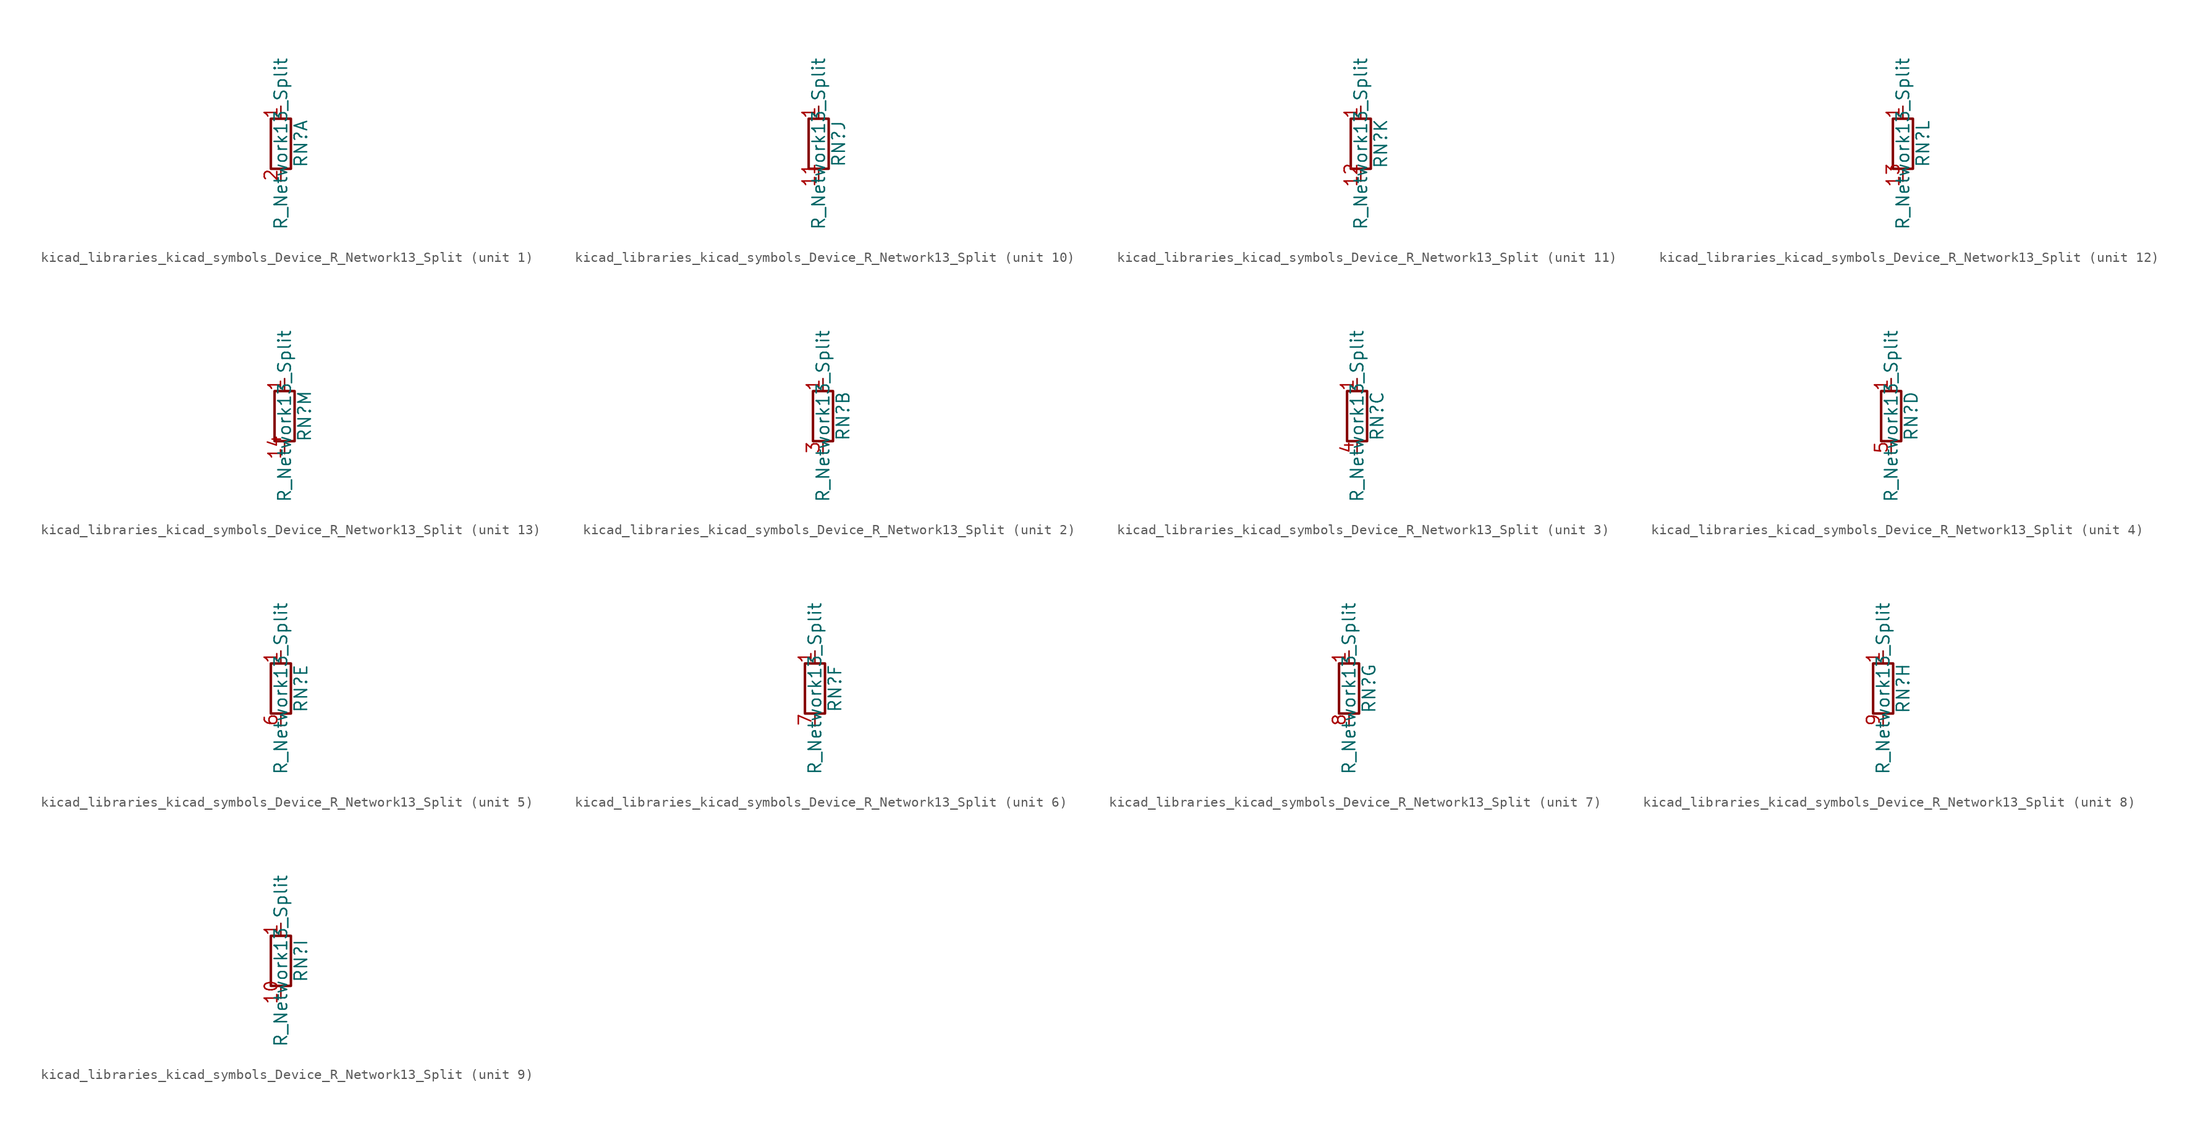
<source format=kicad_sym>
(kicad_symbol_lib
  (version 20220914)
  (generator kicad_symbol_editor)
  (symbol "kicad_libraries_kicad_symbols_Device_R_Network13_Split"
    (pin_names
      (offset 0) hide)
    (property "Reference" "RN"
      (at 2.032 0 90)
      (effects (font (size 1.27 1.27))))
    (property "Value" "R_Network13_Split"
      (at 0 0 90)
      (effects (font (size 1.27 1.27))))
    (symbol "kicad_libraries_kicad_symbols_Device_R_Network13_Split_0_1"
      (rectangle (start 1.016 2.54) (end -1.016 -2.54) (stroke (width 0.254) (type default)) (fill (type none)))
      (pin passive line (at 0 3.81 270) (length 1.27) (name "R1" (effects (font (size 1.27 1.27)))) (number "1" (effects (font (size 1.27 1.27))))))
    (symbol "kicad_libraries_kicad_symbols_Device_R_Network13_Split_1_1"
      (pin passive line (at 0 -3.81 90) (length 1.27) (name "R1.2" (effects (font (size 1.27 1.27)))) (number "2" (effects (font (size 1.27 1.27))))))
    (symbol "kicad_libraries_kicad_symbols_Device_R_Network13_Split_2_1"
      (pin passive line (at 0 -3.81 90) (length 1.27) (name "R2.2" (effects (font (size 1.27 1.27)))) (number "3" (effects (font (size 1.27 1.27))))))
    (symbol "kicad_libraries_kicad_symbols_Device_R_Network13_Split_3_1"
      (pin passive line (at 0 -3.81 90) (length 1.27) (name "R3.2" (effects (font (size 1.27 1.27)))) (number "4" (effects (font (size 1.27 1.27))))))
    (symbol "kicad_libraries_kicad_symbols_Device_R_Network13_Split_4_1"
      (pin passive line (at 0 -3.81 90) (length 1.27) (name "R4.2" (effects (font (size 1.27 1.27)))) (number "5" (effects (font (size 1.27 1.27))))))
    (symbol "kicad_libraries_kicad_symbols_Device_R_Network13_Split_5_1"
      (pin passive line (at 0 -3.81 90) (length 1.27) (name "R5.2" (effects (font (size 1.27 1.27)))) (number "6" (effects (font (size 1.27 1.27))))))
    (symbol "kicad_libraries_kicad_symbols_Device_R_Network13_Split_6_1"
      (pin passive line (at 0 -3.81 90) (length 1.27) (name "R6.2" (effects (font (size 1.27 1.27)))) (number "7" (effects (font (size 1.27 1.27))))))
    (symbol "kicad_libraries_kicad_symbols_Device_R_Network13_Split_7_1"
      (pin passive line (at 0 -3.81 90) (length 1.27) (name "R7.2" (effects (font (size 1.27 1.27)))) (number "8" (effects (font (size 1.27 1.27))))))
    (symbol "kicad_libraries_kicad_symbols_Device_R_Network13_Split_8_1"
      (pin passive line (at 0 -3.81 90) (length 1.27) (name "R8.2" (effects (font (size 1.27 1.27)))) (number "9" (effects (font (size 1.27 1.27))))))
    (symbol "kicad_libraries_kicad_symbols_Device_R_Network13_Split_9_1"
      (pin passive line (at 0 -3.81 90) (length 1.27) (name "R9.2" (effects (font (size 1.27 1.27)))) (number "10" (effects (font (size 1.27 1.27))))))
    (symbol "kicad_libraries_kicad_symbols_Device_R_Network13_Split_10_1"
      (pin passive line (at 0 -3.81 90) (length 1.27) (name "R10.2" (effects (font (size 1.27 1.27)))) (number "11" (effects (font (size 1.27 1.27))))))
    (symbol "kicad_libraries_kicad_symbols_Device_R_Network13_Split_11_1"
      (pin passive line (at 0 -3.81 90) (length 1.27) (name "R11.2" (effects (font (size 1.27 1.27)))) (number "12" (effects (font (size 1.27 1.27))))))
    (symbol "kicad_libraries_kicad_symbols_Device_R_Network13_Split_12_1"
      (pin passive line (at 0 -3.81 90) (length 1.27) (name "R12.2" (effects (font (size 1.27 1.27)))) (number "13" (effects (font (size 1.27 1.27))))))
    (symbol "kicad_libraries_kicad_symbols_Device_R_Network13_Split_13_1"
      (pin passive line (at 0 -3.81 90) (length 1.27) (name "R13.2" (effects (font (size 1.27 1.27)))) (number "14" (effects (font (size 1.27 1.27))))))))
</source>
